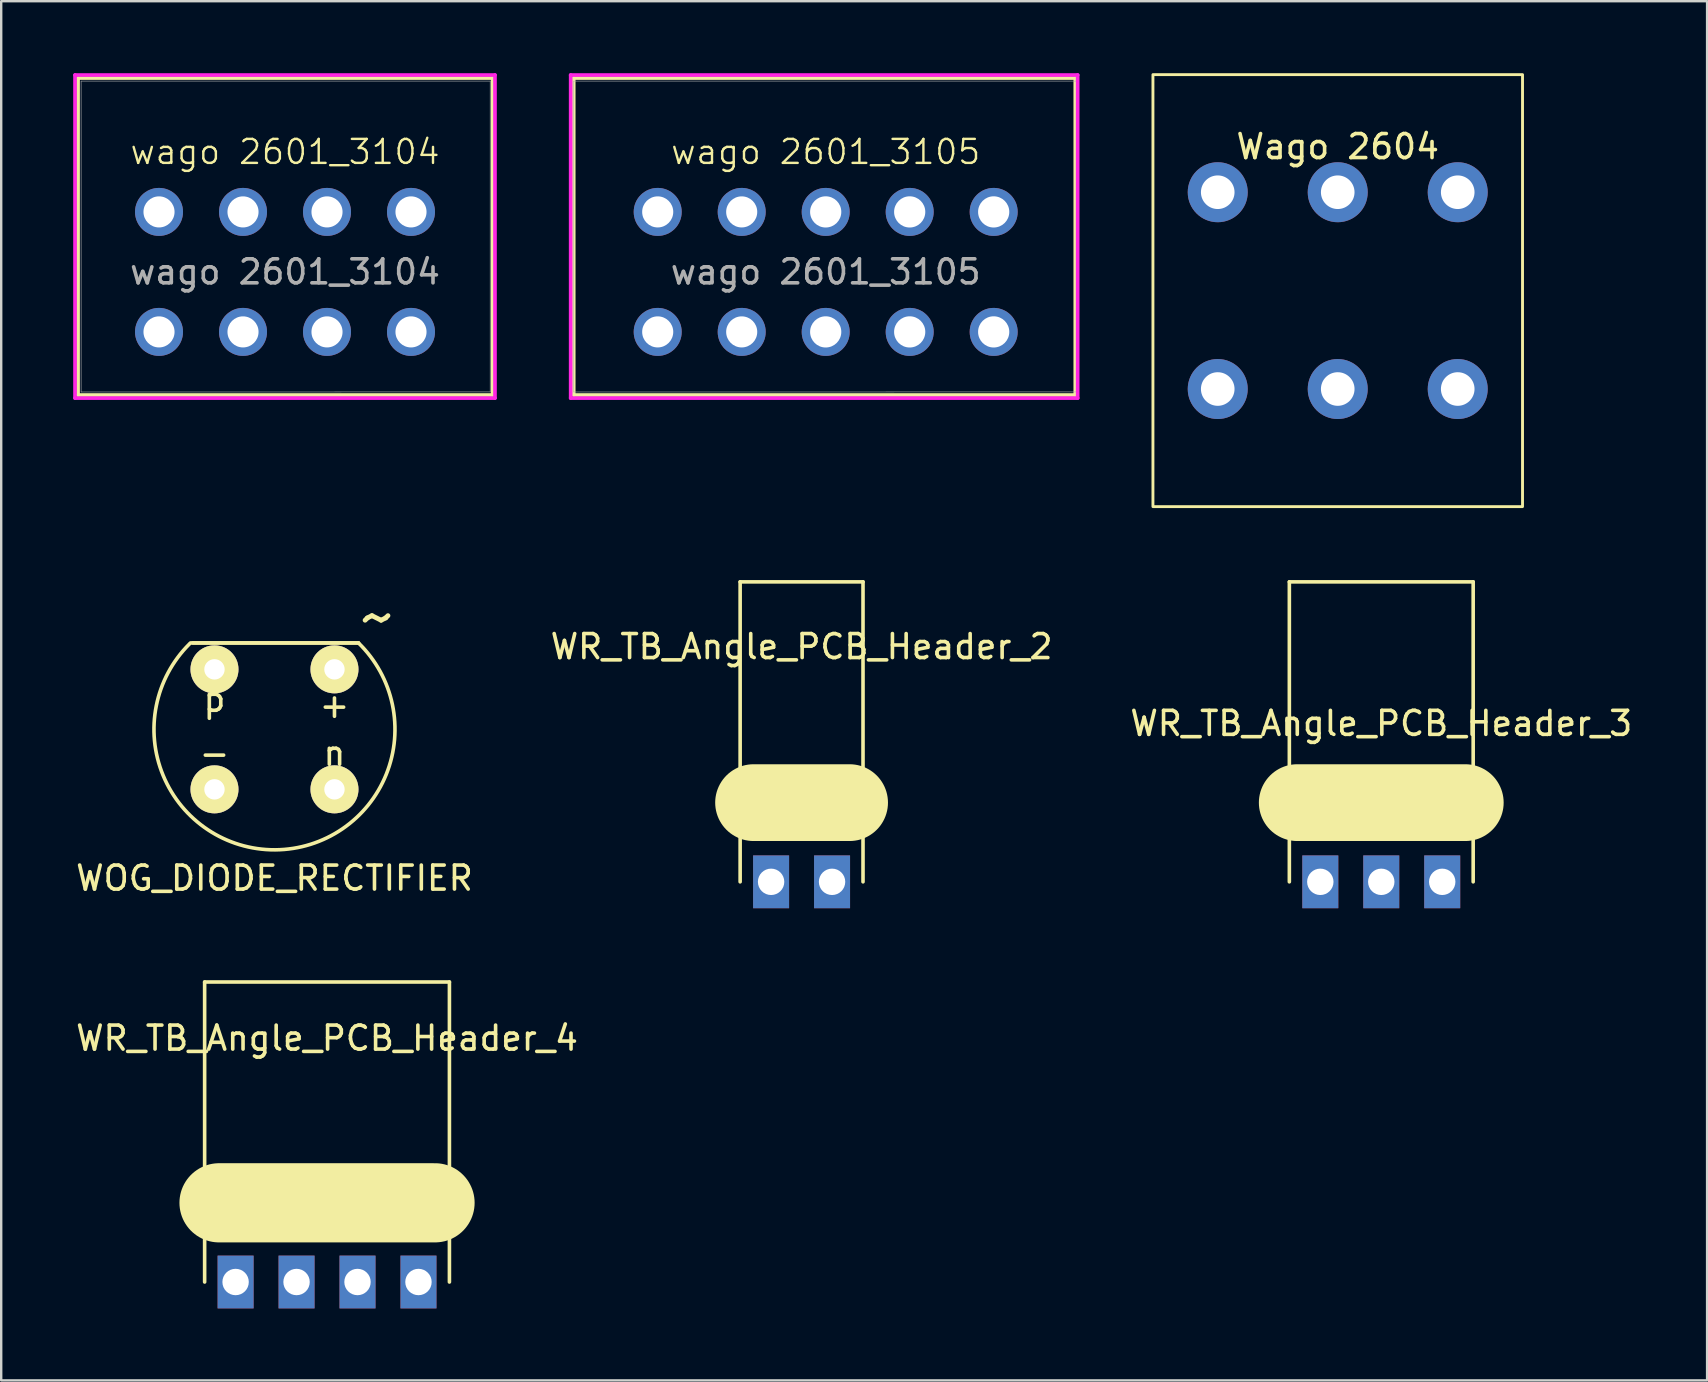
<source format=kicad_pcb>
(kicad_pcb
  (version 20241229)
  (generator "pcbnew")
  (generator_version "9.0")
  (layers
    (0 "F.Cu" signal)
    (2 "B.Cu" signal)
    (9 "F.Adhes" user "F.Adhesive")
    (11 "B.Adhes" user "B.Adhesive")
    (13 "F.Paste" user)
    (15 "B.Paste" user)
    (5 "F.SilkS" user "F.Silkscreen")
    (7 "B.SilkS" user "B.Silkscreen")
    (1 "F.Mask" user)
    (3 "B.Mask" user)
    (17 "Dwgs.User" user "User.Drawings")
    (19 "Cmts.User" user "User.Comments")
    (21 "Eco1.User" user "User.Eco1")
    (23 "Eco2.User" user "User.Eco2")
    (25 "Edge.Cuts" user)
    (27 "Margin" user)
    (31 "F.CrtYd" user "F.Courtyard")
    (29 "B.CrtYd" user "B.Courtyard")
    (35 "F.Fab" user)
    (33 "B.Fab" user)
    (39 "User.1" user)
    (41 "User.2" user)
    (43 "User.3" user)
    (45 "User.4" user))
  (footprint "wago 2601_3105"
    (layer "F.Cu")
    (at 31.356 10.78)
    (property "Reference" "wago 2601_3105" (at 0 -7.5 0) (unlocked yes) (layer "F.SilkS") (effects (font (size 1 1) (thickness 0.1))))
    (attr through_hole)
    (fp_line (start -10.5 -10.577) (end -10.5 2.631) (stroke (width 0.152) (type solid)) (layer "F.SilkS"))
    (fp_line (start -10.5 2.631) (end 10.4 2.631) (stroke (width 0.152) (type solid)) (layer "F.SilkS"))
    (fp_line (start 10.4 -10.577) (end -10.5 -10.577) (stroke (width 0.152) (type solid)) (layer "F.SilkS"))
    (fp_line (start 10.4 2.631) (end 10.4 -10.577) (stroke (width 0.152) (type solid)) (layer "F.SilkS"))
    (fp_line (start -10.627 -10.704) (end -10.627 2.758) (stroke (width 0.152) (type solid)) (layer "F.CrtYd"))
    (fp_line (start -10.627 2.758) (end 10.5 2.758) (stroke (width 0.152) (type solid)) (layer "F.CrtYd"))
    (fp_line (start 10.5 -10.704) (end -10.627 -10.704) (stroke (width 0.152) (type solid)) (layer "F.CrtYd"))
    (fp_line (start 10.5 2.758) (end 10.5 -10.704) (stroke (width 0.152) (type solid)) (layer "F.CrtYd"))
    (fp_line (start -10.5 -10.45) (end -10.5 2.504) (stroke (width 0.025) (type solid)) (layer "F.Fab"))
    (fp_line (start -10.5 2.504) (end 10.5 2.5) (stroke (width 0.025) (type solid)) (layer "F.Fab"))
    (fp_line (start 10.5 -10.45) (end -10.5 -10.45) (stroke (width 0.025) (type solid)) (layer "F.Fab"))
    (fp_line (start 10.5 2.5) (end 10.5 -10.45) (stroke (width 0.025) (type solid)) (layer "F.Fab"))
    (fp_text user "${REFERENCE}" (at 0 -2.5 0) (unlocked yes) (layer "F.Fab") (effects (font (size 1 1) (thickness 0.15))))
    (pad "1" thru_hole circle (at -7 -5) (size 2 2) (drill 1.295) (layers "*.Cu" "*.Mask"))
    (pad "1" thru_hole circle (at -7 0) (size 2 2) (drill 1.295) (layers "*.Cu" "*.Mask"))
    (pad "2" thru_hole circle (at -3.5 -5) (size 2 2) (drill 1.295) (layers "*.Cu" "*.Mask"))
    (pad "2" thru_hole circle (at -3.5 0) (size 2 2) (drill 1.295) (layers "*.Cu" "*.Mask"))
    (pad "3" thru_hole circle (at 0 -5) (size 2 2) (drill 1.3) (layers "*.Cu" "*.Mask"))
    (pad "3" thru_hole circle (at 0 0) (size 2 2) (drill 1.3) (layers "*.Cu" "*.Mask"))
    (pad "4" thru_hole circle (at 3.5 -5) (size 2 2) (drill 1.3) (layers "*.Cu" "*.Mask"))
    (pad "4" thru_hole circle (at 3.5 0) (size 2 2) (drill 1.3) (layers "*.Cu" "*.Mask"))
    (pad "5" thru_hole circle (at 7 -5) (size 2 2) (drill 1.3) (layers "*.Cu" "*.Mask"))
    (pad "5" thru_hole circle (at 7 0) (size 2 2) (drill 1.3) (layers "*.Cu" "*.Mask")))
  (footprint "WOG_DIODE_RECTIFIER"
    (layer "F.Cu")
    (at 8.387 27.341)
    (property "Reference" "WOG_DIODE_RECTIFIER" (at 0 6.2 0) (layer "F.SilkS") (effects (font (size 1 1) (thickness 0.15))))
    (attr through_hole)
    (fp_line (start -3.4 -3.6) (end 3.5 -3.6) (stroke (width 0.15) (type solid)) (layer "F.SilkS"))
    (fp_line (start 3.5 -3.6) (end -3.5 -3.6) (stroke (width 0.15) (type solid)) (layer "F.SilkS"))
    (fp_arc (start 3.5 -3.6) (mid 0.026897 5.020884) (end -3.538368 -3.562296) (stroke (width 0.15) (type solid)) (layer "F.SilkS"))
    (fp_text user "~" (at 4.3 -4.7 0) (layer "F.SilkS") (effects (font (size 2 2) (thickness 0.2))))
    (fp_text user "n" (at 2.5 1 0) (layer "F.SilkS") (effects (font (size 1 1) (thickness 0.15))))
    (fp_text user "p" (at -2.5 -1.25 0) (layer "F.SilkS") (effects (font (size 1 1) (thickness 0.15))))
    (fp_text user "+" (at 2.5 -1 0) (layer "F.SilkS") (effects (font (size 1 1) (thickness 0.15))))
    (fp_text user "-" (at -2.5 1 0) (layer "F.SilkS") (effects (font (size 1 1) (thickness 0.15))))
    (pad "1" thru_hole circle (at -2.5 2.5) (size 2 2) (drill 0.85) (layers "*.Cu" "*.Mask" "F.SilkS"))
    (pad "2" thru_hole circle (at 2.5 2.5) (size 2 2) (drill 0.85) (layers "*.Cu" "*.Mask" "F.SilkS"))
    (pad "3" thru_hole circle (at 2.5 -2.5) (size 2 2) (drill 0.85) (layers "*.Cu" "*.Mask" "F.SilkS"))
    (pad "4" thru_hole circle (at -2.5 -2.5) (size 2 2) (drill 0.85) (layers "*.Cu" "*.Mask" "F.SilkS")))
  (footprint "WR_TB_Angle_PCB_Header_2"
    (layer "F.Cu")
    (at 30.351 33.695)
    (property "Reference" "WR_TB_Angle_PCB_Header_2" (at 0 -9.8 0) (layer "F.SilkS") (effects (font (size 1 1) (thickness 0.15))))
    (attr through_hole)
    (fp_line (start -2.56 -12.5) (end 2.56 -12.5) (stroke (width 0.15) (type solid)) (layer "F.SilkS"))
    (fp_line (start -2.56 0) (end -2.56 -12.5) (stroke (width 0.15) (type solid)) (layer "F.SilkS"))
    (fp_line (start -2 -3.3) (end 2 -3.3) (stroke (width 3.2) (type solid)) (layer "F.SilkS"))
    (fp_line (start 2.56 -12.5) (end 2.56 0) (stroke (width 0.15) (type solid)) (layer "F.SilkS"))
    (pad "1" thru_hole rect (at -1.27 0) (size 1.5 2.2) (drill 1.1) (layers "*.Cu" "*.Mask"))
    (pad "2" thru_hole rect (at 1.27 0) (size 1.5 2.2) (drill 1.1) (layers "*.Cu" "*.Mask")))
  (footprint "WR_TB_Angle_PCB_Header_4"
    (layer "F.Cu")
    (at 10.577 50.37)
    (property "Reference" "WR_TB_Angle_PCB_Header_4" (at 0 -10.16 0) (layer "F.SilkS") (effects (font (size 1 1) (thickness 0.15))))
    (attr through_hole)
    (fp_line (start -5.1 -12.5) (end 5.1 -12.5) (stroke (width 0.15) (type solid)) (layer "F.SilkS"))
    (fp_line (start -5.1 0) (end -5.1 -12.5) (stroke (width 0.15) (type solid)) (layer "F.SilkS"))
    (fp_line (start -4.5 -3.3) (end 4.5 -3.3) (stroke (width 3.3) (type solid)) (layer "F.SilkS"))
    (fp_line (start 5.1 -12.5) (end 5.1 0) (stroke (width 0.15) (type solid)) (layer "F.SilkS"))
    (pad "1" thru_hole rect (at -3.81 0) (size 1.5 2.2) (drill 1.1) (layers "*.Cu" "*.Mask"))
    (pad "2" thru_hole rect (at -1.27 0) (size 1.5 2.2) (drill 1.1) (layers "*.Cu" "*.Mask"))
    (pad "3" thru_hole rect (at 1.27 0) (size 1.5 2.2) (drill 1.1) (layers "*.Cu" "*.Mask"))
    (pad "4" thru_hole rect (at 3.81 0) (size 1.5 2.2) (drill 1.1) (layers "*.Cu" "*.Mask")))
  (footprint "wago 2601_3104"
    (layer "F.Cu")
    (at 8.826 10.78)
    (property "Reference" "wago 2601_3104" (at 0 -7.5 0) (unlocked yes) (layer "F.SilkS") (effects (font (size 1 1) (thickness 0.1))))
    (attr through_hole)
    (fp_line (start -8.623 -10.577) (end -8.623 2.631) (stroke (width 0.152) (type solid)) (layer "F.SilkS"))
    (fp_line (start -8.623 2.631) (end 8.65 2.631) (stroke (width 0.152) (type solid)) (layer "F.SilkS"))
    (fp_line (start 8.65 -10.577) (end -8.623 -10.577) (stroke (width 0.152) (type solid)) (layer "F.SilkS"))
    (fp_line (start 8.65 2.631) (end 8.65 -10.577) (stroke (width 0.152) (type solid)) (layer "F.SilkS"))
    (fp_line (start -8.75 -10.704) (end -8.75 2.758) (stroke (width 0.152) (type solid)) (layer "F.CrtYd"))
    (fp_line (start -8.75 2.758) (end 8.75 2.758) (stroke (width 0.152) (type solid)) (layer "F.CrtYd"))
    (fp_line (start 8.75 -10.704) (end -8.75 -10.704) (stroke (width 0.152) (type solid)) (layer "F.CrtYd"))
    (fp_line (start 8.75 2.758) (end 8.75 -10.704) (stroke (width 0.152) (type solid)) (layer "F.CrtYd"))
    (fp_line (start -8.496 -10.45) (end -8.496 2.504) (stroke (width 0.025) (type solid)) (layer "F.Fab"))
    (fp_line (start -8.496 2.504) (end 8.55 2.5) (stroke (width 0.025) (type solid)) (layer "F.Fab"))
    (fp_line (start 8.55 -10.45) (end -8.496 -10.45) (stroke (width 0.025) (type solid)) (layer "F.Fab"))
    (fp_line (start 8.55 2.5) (end 8.55 -10.45) (stroke (width 0.025) (type solid)) (layer "F.Fab"))
    (fp_text user "${REFERENCE}" (at 0 -2.5 0) (unlocked yes) (layer "F.Fab") (effects (font (size 1 1) (thickness 0.15))))
    (pad "1" thru_hole circle (at -5.25 -5) (size 2 2) (drill 1.295) (layers "*.Cu" "*.Mask"))
    (pad "1" thru_hole circle (at -5.25 0) (size 2 2) (drill 1.295) (layers "*.Cu" "*.Mask"))
    (pad "2" thru_hole circle (at -1.75 -5) (size 2 2) (drill 1.295) (layers "*.Cu" "*.Mask"))
    (pad "2" thru_hole circle (at -1.75 0) (size 2 2) (drill 1.295) (layers "*.Cu" "*.Mask"))
    (pad "2" thru_hole circle (at 1.75 -5) (size 2 2) (drill 1.295) (layers "*.Cu" "*.Mask"))
    (pad "2" thru_hole circle (at 1.75 0) (size 2 2) (drill 1.295) (layers "*.Cu" "*.Mask"))
    (pad "2" thru_hole circle (at 5.25 -5) (size 2 2) (drill 1.295) (layers "*.Cu" "*.Mask"))
    (pad "2" thru_hole circle (at 5.25 0) (size 2 2) (drill 1.295) (layers "*.Cu" "*.Mask")))
  (footprint "WR_TB_Angle_PCB_Header_3"
    (layer "F.Cu")
    (at 54.506 33.695)
    (property "Reference" "WR_TB_Angle_PCB_Header_3" (at 0 -6.6 0) (layer "F.SilkS") (effects (font (size 1 1) (thickness 0.15))))
    (attr through_hole)
    (fp_line (start -3.83 -12.5) (end 3.83 -12.5) (stroke (width 0.15) (type solid)) (layer "F.SilkS"))
    (fp_line (start -3.83 0) (end -3.83 -12.5) (stroke (width 0.15) (type solid)) (layer "F.SilkS"))
    (fp_line (start -3.5 -3.3) (end 3.5 -3.3) (stroke (width 3.2) (type solid)) (layer "F.SilkS"))
    (fp_line (start 3.83 -12.5) (end 3.83 0) (stroke (width 0.15) (type solid)) (layer "F.SilkS"))
    (pad "1" thru_hole rect (at -2.54 0) (size 1.5 2.2) (drill 1.1) (layers "*.Cu" "*.Mask"))
    (pad "2" thru_hole rect (at 0 0) (size 1.5 2.2) (drill 1.1) (layers "*.Cu" "*.Mask"))
    (pad "3" thru_hole rect (at 2.54 0) (size 1.5 2.2) (drill 1.1) (layers "*.Cu" "*.Mask")))
  (footprint "Wago 2604"
    (layer "F.Cu")
    (at 52.692 9.06)
    (property "Reference" "Wago 2604" (at 0 -6 0) (unlocked yes) (layer "F.SilkS") (effects (font (size 1 1) (thickness 0.15))))
    (attr through_hole)
    (fp_rect (start -7.7 -9) (end 7.7 9) (stroke (width 0.12) (type solid)) (fill no) (layer "F.SilkS"))
    (pad "1" thru_hole circle (at -5 -4.1) (size 2.5 2.5) (drill 1.4) (layers "*.Cu" "*.Mask"))
    (pad "1" thru_hole circle (at -5 4.1) (size 2.5 2.5) (drill 1.4) (layers "*.Cu" "*.Mask"))
    (pad "2" thru_hole circle (at 0 -4.1) (size 2.5 2.5) (drill 1.4) (layers "*.Cu" "*.Mask"))
    (pad "2" thru_hole circle (at 0 4.1) (size 2.5 2.5) (drill 1.4) (layers "*.Cu" "*.Mask"))
    (pad "3" thru_hole circle (at 5 -4.1) (size 2.5 2.5) (drill 1.4) (layers "*.Cu" "*.Mask"))
    (pad "3" thru_hole circle (at 5 4.1) (size 2.5 2.5) (drill 1.4) (layers "*.Cu" "*.Mask")))
  (gr_rect
    (start -3 -3)
    (end 68.083 54.47)
    (stroke (width 0.1) (type default))
    (fill no)
    (layer "Edge.Cuts")))
</source>
